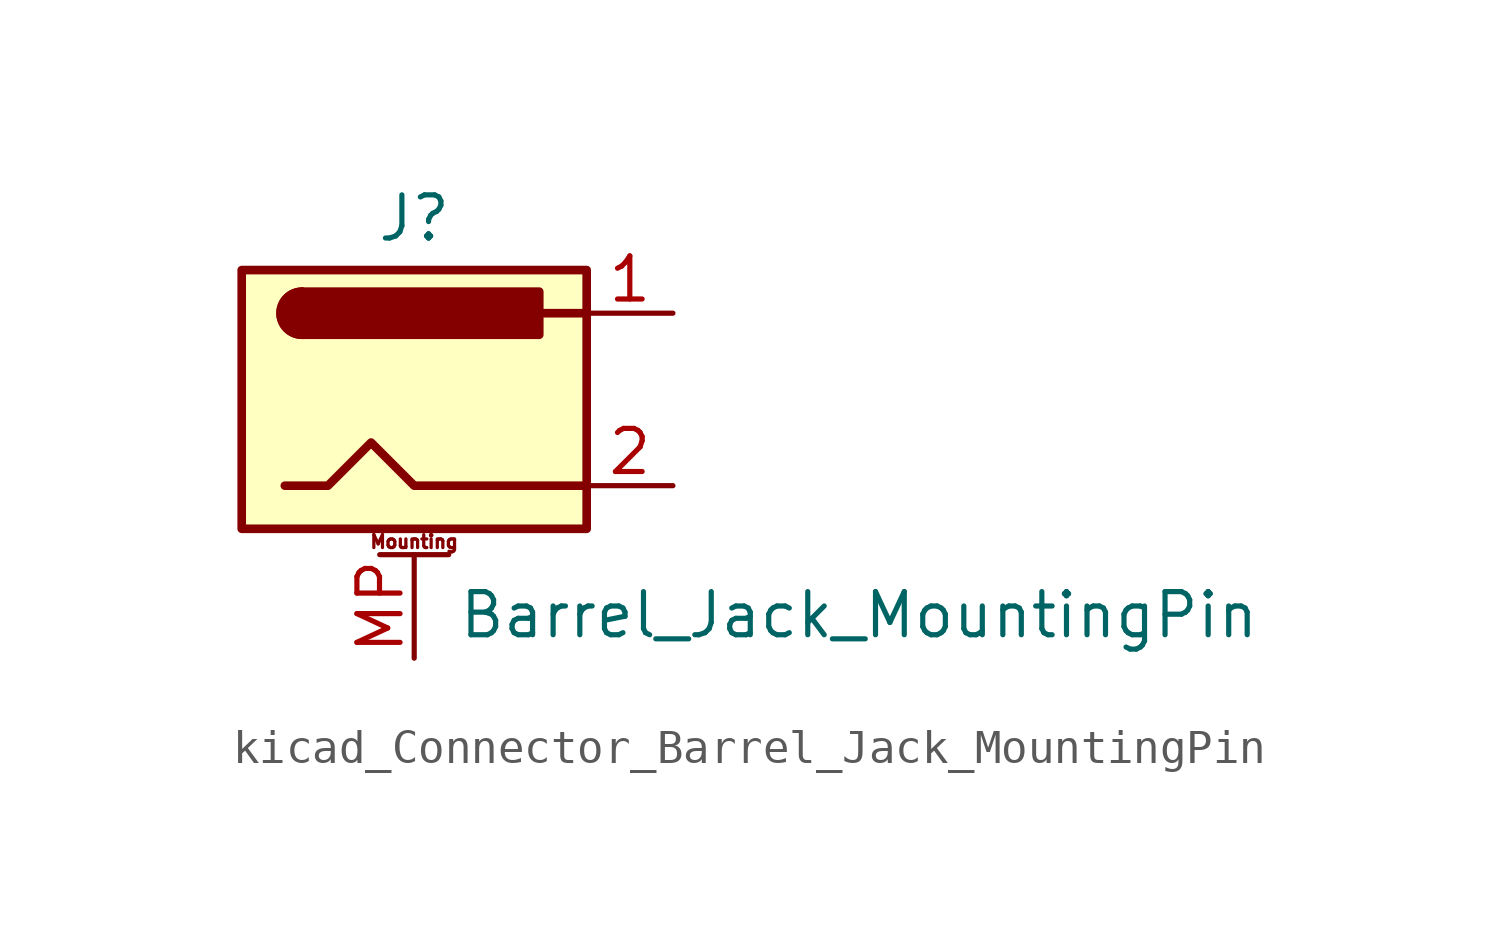
<source format=kicad_sym>
(kicad_symbol_lib
  (version 20220914)
  (generator kicad_symbol_editor)
  (symbol "kicad_Connector_Barrel_Jack_MountingPin"
    (pin_names hide)
    (property "Reference" "J"
      (at 0 5.334 0)
      (effects (font (size 1.27 1.27))))
    (property "Value" "Barrel_Jack_MountingPin"
      (at 1.27 -6.35 0)
      (effects (font (size 1.27 1.27)) (justify left)))
    (symbol "kicad_Connector_Barrel_Jack_MountingPin_0_1"
      (rectangle (start -5.08 3.81) (end 5.08 -3.81) (stroke (width 0.254) (type default)) (fill (type background)))
      (arc (start -3.302 3.175) (mid -3.9343 2.54) (end -3.302 1.905) (stroke (width 0.254) (type default)) (fill (type none)))
      (arc (start -3.302 3.175) (mid -3.9343 2.54) (end -3.302 1.905) (stroke (width 0.254) (type default)) (fill (type outline)))
      (polyline (pts (xy 5.08 2.54) (xy 3.81 2.54)) (stroke (width 0.254) (type default)) (fill (type none)))
      (polyline (pts (xy -3.81 -2.54) (xy -2.54 -2.54) (xy -1.27 -1.27) (xy 0 -2.54) (xy 2.54 -2.54) (xy 5.08 -2.54)) (stroke (width 0.254) (type default)) (fill (type none)))
      (rectangle (start 3.683 3.175) (end -3.302 1.905) (stroke (width 0.254) (type default)) (fill (type outline))))
    (symbol "kicad_Connector_Barrel_Jack_MountingPin_1_1"
      (polyline (pts (xy -1.016 -4.572) (xy 1.016 -4.572)) (stroke (width 0.152) (type default)) (fill (type none)))
      (text "Mounting" (at 0 -4.191 0) (effects (font (size 0.381 0.381))))
      (pin passive line (at 7.62 2.54 180) (length 2.54) (name "~" (effects (font (size 1.27 1.27)))) (number "1" (effects (font (size 1.27 1.27)))))
      (pin passive line (at 7.62 -2.54 180) (length 2.54) (name "~" (effects (font (size 1.27 1.27)))) (number "2" (effects (font (size 1.27 1.27)))))
      (pin passive line (at 0 -7.62 90) (length 3.048) (name "MountPin" (effects (font (size 1.27 1.27)))) (number "MP" (effects (font (size 1.27 1.27))))))))
</source>
